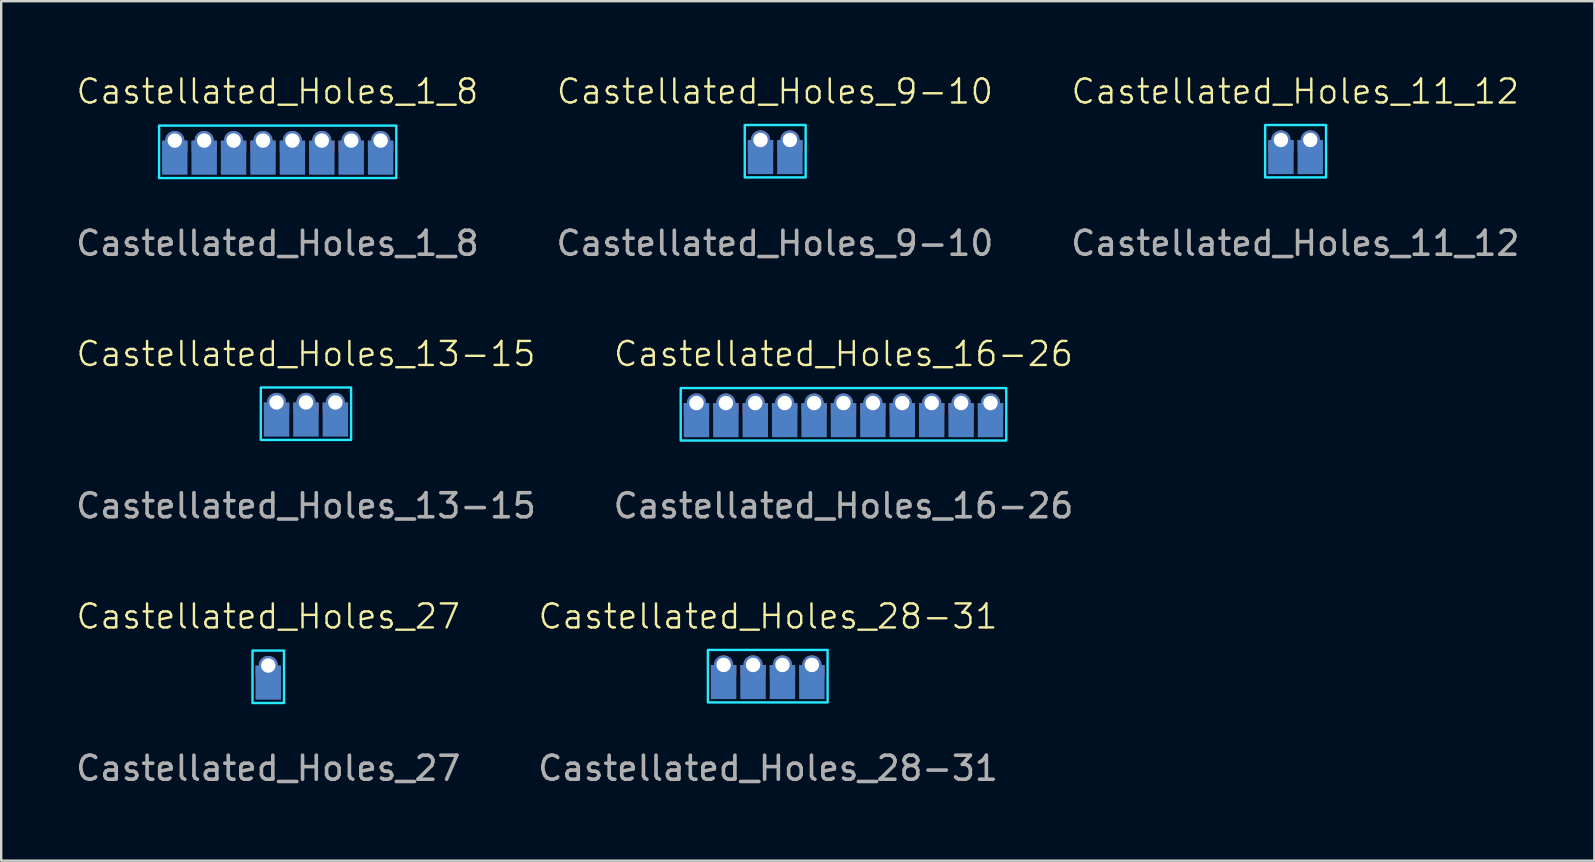
<source format=kicad_pcb>
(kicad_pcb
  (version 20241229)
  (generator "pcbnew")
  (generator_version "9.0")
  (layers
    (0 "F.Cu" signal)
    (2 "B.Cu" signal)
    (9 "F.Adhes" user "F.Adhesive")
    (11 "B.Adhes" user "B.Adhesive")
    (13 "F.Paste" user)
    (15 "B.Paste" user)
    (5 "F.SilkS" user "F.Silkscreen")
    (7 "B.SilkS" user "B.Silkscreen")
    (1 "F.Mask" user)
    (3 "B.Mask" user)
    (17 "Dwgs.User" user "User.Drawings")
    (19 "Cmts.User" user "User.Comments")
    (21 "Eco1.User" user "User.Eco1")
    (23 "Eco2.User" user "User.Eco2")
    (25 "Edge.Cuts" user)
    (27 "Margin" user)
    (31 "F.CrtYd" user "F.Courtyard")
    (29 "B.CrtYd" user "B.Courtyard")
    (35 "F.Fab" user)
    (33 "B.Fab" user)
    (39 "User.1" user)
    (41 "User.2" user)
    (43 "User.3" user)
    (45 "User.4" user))
  (footprint "Castellated_Holes_27"
    (layer "F.Cu")
    (at 8.125 24.662)
    (property "Reference" "Castellated_Holes_27" (at 0 -2.032 0) (unlocked yes) (layer "F.SilkS") (effects (font (size 1 1) (thickness 0.1))))
    (attr smd)
    (fp_rect (start 0.656 -0.61) (end -0.656 1.574) (stroke (width 0.1) (type default)) (fill no) (layer "B.CrtYd"))
    (fp_text user "${REFERENCE}" (at 0 4.294 0) (unlocked yes) (layer "F.Fab") (effects (font (size 1 1) (thickness 0.15))))
    (pad "1" thru_hole circle (at 0 0.014) (size 0.8 0.8) (drill 0.6) (layers "*.Cu" "*.Mask"))
    (pad "1" connect rect (at 0 0.25 90) (size 0.46 1.06) (layers "F.Cu" "F.Mask"))
    (pad "1" connect rect (at 0 0.725 90) (size 1.422 1.06) (layers "B.Cu" "B.Mask")))
  (footprint "Castellated_Holes_1_8"
    (layer "F.Cu")
    (at 8.506 2.792)
    (property "Reference" "Castellated_Holes_1_8" (at 0 -2.032 0) (unlocked yes) (layer "F.SilkS") (effects (font (size 1 1) (thickness 0.1))))
    (attr smd)
    (fp_rect (start -4.929 -0.61) (end 4.954 1.575) (stroke (width 0.1) (type default)) (fill no) (layer "B.CrtYd"))
    (fp_text user "${REFERENCE}" (at 0 4.294 0) (unlocked yes) (layer "F.Fab") (effects (font (size 1 1) (thickness 0.15))))
    (pad "1" thru_hole circle (at 4.3 0.014) (size 0.8 0.8) (drill 0.6) (layers "*.Cu" "*.Mask"))
    (pad "1" connect rect (at 4.3 0.25 90) (size 0.461 1.06) (layers "F.Cu" "F.Mask"))
    (pad "1" connect rect (at 4.3 0.725 90) (size 1.422 1.06) (layers "B.Cu" "B.Mask"))
    (pad "2" thru_hole circle (at 3.075 0.014) (size 0.8 0.8) (drill 0.6) (layers "*.Cu" "*.Mask"))
    (pad "2" connect rect (at 3.075 0.25 90) (size 0.461 1.06) (layers "F.Cu" "F.Mask"))
    (pad "2" connect rect (at 3.075 0.725 90) (size 1.422 1.06) (layers "B.Cu" "B.Mask"))
    (pad "3" thru_hole circle (at 1.85 0.014) (size 0.8 0.8) (drill 0.6) (layers "*.Cu" "*.Mask"))
    (pad "3" connect rect (at 1.85 0.25 90) (size 0.461 1.06) (layers "F.Cu" "F.Mask"))
    (pad "3" connect rect (at 1.85 0.725 90) (size 1.422 1.06) (layers "B.Cu" "B.Mask"))
    (pad "4" thru_hole circle (at 0.625 0.014) (size 0.8 0.8) (drill 0.6) (layers "*.Cu" "*.Mask"))
    (pad "4" connect rect (at 0.625 0.25 90) (size 0.461 1.06) (layers "F.Cu" "F.Mask"))
    (pad "4" connect rect (at 0.625 0.725 90) (size 1.422 1.06) (layers "B.Cu" "B.Mask"))
    (pad "5" thru_hole circle (at -0.6 0.014) (size 0.8 0.8) (drill 0.6) (layers "*.Cu" "*.Mask"))
    (pad "5" connect rect (at -0.6 0.25 90) (size 0.461 1.06) (layers "F.Cu" "F.Mask"))
    (pad "5" connect rect (at -0.6 0.725 90) (size 1.422 1.06) (layers "B.Cu" "B.Mask"))
    (pad "6" thru_hole circle (at -1.825 0.014) (size 0.8 0.8) (drill 0.6) (layers "*.Cu" "*.Mask"))
    (pad "6" connect rect (at -1.825 0.25 90) (size 0.461 1.06) (layers "F.Cu" "F.Mask"))
    (pad "6" connect rect (at -1.825 0.725 90) (size 1.422 1.06) (layers "B.Cu" "B.Mask"))
    (pad "7" thru_hole circle (at -3.05 0.014) (size 0.8 0.8) (drill 0.6) (layers "*.Cu" "*.Mask"))
    (pad "7" connect rect (at -3.05 0.25 90) (size 0.461 1.06) (layers "F.Cu" "F.Mask"))
    (pad "7" connect rect (at -3.05 0.725 90) (size 1.422 1.06) (layers "B.Cu" "B.Mask"))
    (pad "8" thru_hole circle (at -4.275 0.014) (size 0.8 0.8) (drill 0.6) (layers "*.Cu" "*.Mask"))
    (pad "8" connect rect (at -4.275 0.25 90) (size 0.461 1.06) (layers "F.Cu" "F.Mask"))
    (pad "8" connect rect (at -4.275 0.725 90) (size 1.422 1.06) (layers "B.Cu" "B.Mask")))
  (footprint "Castellated_Holes_28-31"
    (layer "F.Cu")
    (at 28.946 24.662)
    (property "Reference" "Castellated_Holes_28-31" (at 0 -2.032 0) (unlocked yes) (layer "F.SilkS") (effects (font (size 1 1) (thickness 0.1))))
    (attr smd)
    (fp_rect (start 2.481 -0.635) (end -2.506 1.549) (stroke (width 0.1) (type default)) (fill no) (layer "B.CrtYd"))
    (fp_text user "${REFERENCE}" (at 0 4.294 0) (unlocked yes) (layer "F.Fab") (effects (font (size 1 1) (thickness 0.15))))
    (pad "1" thru_hole circle (at 1.825 -0.011) (size 0.8 0.8) (drill 0.6) (layers "*.Cu" "*.Mask"))
    (pad "1" connect rect (at 1.825 0.225 90) (size 0.46 1.06) (layers "F.Cu" "F.Mask"))
    (pad "1" connect rect (at 1.825 0.7 90) (size 1.422 1.06) (layers "B.Cu" "B.Mask"))
    (pad "2" thru_hole circle (at 0.6 -0.011) (size 0.8 0.8) (drill 0.6) (layers "*.Cu" "*.Mask"))
    (pad "2" connect rect (at 0.6 0.225 90) (size 0.46 1.06) (layers "F.Cu" "F.Mask"))
    (pad "2" connect rect (at 0.6 0.7 90) (size 1.422 1.06) (layers "B.Cu" "B.Mask"))
    (pad "3" thru_hole circle (at -0.625 -0.011) (size 0.8 0.8) (drill 0.6) (layers "*.Cu" "*.Mask"))
    (pad "3" connect rect (at -0.625 0.225 90) (size 0.46 1.06) (layers "F.Cu" "F.Mask"))
    (pad "3" connect rect (at -0.625 0.7 90) (size 1.422 1.06) (layers "B.Cu" "B.Mask"))
    (pad "4" thru_hole circle (at -1.85 -0.011) (size 0.8 0.8) (drill 0.6) (layers "*.Cu" "*.Mask"))
    (pad "4" connect rect (at -1.85 0.225 90) (size 0.46 1.06) (layers "F.Cu" "F.Mask"))
    (pad "4" connect rect (at -1.85 0.7 90) (size 1.422 1.06) (layers "B.Cu" "B.Mask")))
  (footprint "Castellated_Holes_16-26"
    (layer "F.Cu")
    (at 32.089 13.727)
    (property "Reference" "Castellated_Holes_16-26" (at 0 -2.032 0) (unlocked yes) (layer "F.SilkS") (effects (font (size 1 1) (thickness 0.1))))
    (attr smd)
    (fp_rect (start 6.781 -0.61) (end -6.781 1.574) (stroke (width 0.1) (type default)) (fill no) (layer "B.CrtYd"))
    (fp_text user "${REFERENCE}" (at 0 4.294 0) (unlocked yes) (layer "F.Fab") (effects (font (size 1 1) (thickness 0.15))))
    (pad "1" thru_hole circle (at 6.125 0.014) (size 0.8 0.8) (drill 0.6) (layers "*.Cu" "*.Mask"))
    (pad "1" connect rect (at 6.125 0.25 90) (size 0.46 1.06) (layers "F.Cu" "F.Mask"))
    (pad "1" connect rect (at 6.125 0.725 90) (size 1.422 1.06) (layers "B.Cu" "B.Mask"))
    (pad "2" thru_hole circle (at 4.9 0.014) (size 0.8 0.8) (drill 0.6) (layers "*.Cu" "*.Mask"))
    (pad "2" connect rect (at 4.9 0.25 90) (size 0.46 1.06) (layers "F.Cu" "F.Mask"))
    (pad "2" connect rect (at 4.9 0.725 90) (size 1.422 1.06) (layers "B.Cu" "B.Mask"))
    (pad "3" thru_hole circle (at 3.675 0.014) (size 0.8 0.8) (drill 0.6) (layers "*.Cu" "*.Mask"))
    (pad "3" connect rect (at 3.675 0.25 90) (size 0.46 1.06) (layers "F.Cu" "F.Mask"))
    (pad "3" connect rect (at 3.675 0.725 90) (size 1.422 1.06) (layers "B.Cu" "B.Mask"))
    (pad "4" thru_hole circle (at 2.45 0.014) (size 0.8 0.8) (drill 0.6) (layers "*.Cu" "*.Mask"))
    (pad "4" connect rect (at 2.45 0.25 90) (size 0.46 1.06) (layers "F.Cu" "F.Mask"))
    (pad "4" connect rect (at 2.45 0.725 90) (size 1.422 1.06) (layers "B.Cu" "B.Mask"))
    (pad "5" thru_hole circle (at 1.225 0.014) (size 0.8 0.8) (drill 0.6) (layers "*.Cu" "*.Mask"))
    (pad "5" connect rect (at 1.225 0.25 90) (size 0.46 1.06) (layers "F.Cu" "F.Mask"))
    (pad "5" connect rect (at 1.225 0.725 90) (size 1.422 1.06) (layers "B.Cu" "B.Mask"))
    (pad "6" thru_hole circle (at 0 0.014) (size 0.8 0.8) (drill 0.6) (layers "*.Cu" "*.Mask"))
    (pad "6" connect rect (at 0 0.25 90) (size 0.46 1.06) (layers "F.Cu" "F.Mask"))
    (pad "6" connect rect (at 0 0.725 90) (size 1.422 1.06) (layers "B.Cu" "B.Mask"))
    (pad "7" thru_hole circle (at -1.225 0.014) (size 0.8 0.8) (drill 0.6) (layers "*.Cu" "*.Mask"))
    (pad "7" connect rect (at -1.225 0.25 90) (size 0.46 1.06) (layers "F.Cu" "F.Mask"))
    (pad "7" connect rect (at -1.225 0.725 90) (size 1.422 1.06) (layers "B.Cu" "B.Mask"))
    (pad "8" thru_hole circle (at -2.45 0.014) (size 0.8 0.8) (drill 0.6) (layers "*.Cu" "*.Mask"))
    (pad "8" connect rect (at -2.45 0.25 90) (size 0.46 1.06) (layers "F.Cu" "F.Mask"))
    (pad "8" connect rect (at -2.45 0.725 90) (size 1.422 1.06) (layers "B.Cu" "B.Mask"))
    (pad "9" thru_hole circle (at -3.675 0.014) (size 0.8 0.8) (drill 0.6) (layers "*.Cu" "*.Mask"))
    (pad "9" connect rect (at -3.675 0.25 90) (size 0.46 1.06) (layers "F.Cu" "F.Mask"))
    (pad "9" connect rect (at -3.675 0.725 90) (size 1.422 1.06) (layers "B.Cu" "B.Mask"))
    (pad "10" thru_hole circle (at -4.9 0.014) (size 0.8 0.8) (drill 0.6) (layers "*.Cu" "*.Mask"))
    (pad "10" connect rect (at -4.9 0.25 90) (size 0.46 1.06) (layers "F.Cu" "F.Mask"))
    (pad "10" connect rect (at -4.9 0.725 90) (size 1.422 1.06) (layers "B.Cu" "B.Mask"))
    (pad "11" thru_hole circle (at -6.125 0.014) (size 0.8 0.8) (drill 0.6) (layers "*.Cu" "*.Mask"))
    (pad "11" connect rect (at -6.125 0.25 90) (size 0.46 1.06) (layers "F.Cu" "F.Mask"))
    (pad "11" connect rect (at -6.125 0.725 90) (size 1.422 1.06) (layers "B.Cu" "B.Mask")))
  (footprint "Castellated_Holes_13-15"
    (layer "F.Cu")
    (at 9.696 13.727)
    (property "Reference" "Castellated_Holes_13-15" (at 0 -2.032 0) (unlocked yes) (layer "F.SilkS") (effects (font (size 1 1) (thickness 0.1))))
    (attr smd)
    (fp_rect (start 1.881 -0.635) (end -1.881 1.549) (stroke (width 0.1) (type default)) (fill no) (layer "B.CrtYd"))
    (fp_text user "${REFERENCE}" (at 0 4.294 0) (unlocked yes) (layer "F.Fab") (effects (font (size 1 1) (thickness 0.15))))
    (pad "1" thru_hole circle (at 1.225 -0.011) (size 0.8 0.8) (drill 0.6) (layers "*.Cu" "*.Mask"))
    (pad "1" connect rect (at 1.225 0.225 90) (size 0.46 1.06) (layers "F.Cu" "F.Mask"))
    (pad "1" connect rect (at 1.225 0.7 90) (size 1.422 1.06) (layers "B.Cu" "B.Mask"))
    (pad "2" thru_hole circle (at 0 -0.011) (size 0.8 0.8) (drill 0.6) (layers "*.Cu" "*.Mask"))
    (pad "2" connect rect (at 0 0.225 90) (size 0.46 1.06) (layers "F.Cu" "F.Mask"))
    (pad "2" connect rect (at 0 0.7 90) (size 1.422 1.06) (layers "B.Cu" "B.Mask"))
    (pad "3" thru_hole circle (at -1.225 -0.011) (size 0.8 0.8) (drill 0.6) (layers "*.Cu" "*.Mask"))
    (pad "3" connect rect (at -1.225 0.225 90) (size 0.46 1.06) (layers "F.Cu" "F.Mask"))
    (pad "3" connect rect (at -1.225 0.7 90) (size 1.422 1.06) (layers "B.Cu" "B.Mask")))
  (footprint "Castellated_Holes_9-10"
    (layer "F.Cu")
    (at 29.232 2.792)
    (property "Reference" "Castellated_Holes_9-10" (at 0 -2.032 0) (unlocked yes) (layer "F.SilkS") (effects (font (size 1 1) (thickness 0.1))))
    (attr smd)
    (fp_rect (start 1.281 -0.635) (end -1.256 1.549) (stroke (width 0.1) (type default)) (fill no) (layer "B.CrtYd"))
    (fp_text user "${REFERENCE}" (at 0 4.294 0) (unlocked yes) (layer "F.Fab") (effects (font (size 1 1) (thickness 0.15))))
    (pad "1" thru_hole circle (at 0.625 -0.011) (size 0.8 0.8) (drill 0.6) (layers "*.Cu" "*.Mask"))
    (pad "1" connect rect (at 0.625 0.225 90) (size 0.46 1.06) (layers "F.Cu" "F.Mask"))
    (pad "1" connect rect (at 0.625 0.7 90) (size 1.422 1.06) (layers "B.Cu" "B.Mask"))
    (pad "2" thru_hole circle (at -0.6 -0.011) (size 0.8 0.8) (drill 0.6) (layers "*.Cu" "*.Mask"))
    (pad "2" connect rect (at -0.6 0.225 90) (size 0.46 1.06) (layers "F.Cu" "F.Mask"))
    (pad "2" connect rect (at -0.6 0.7 90) (size 1.422 1.06) (layers "B.Cu" "B.Mask")))
  (footprint "Castellated_Holes_11_12"
    (layer "F.Cu")
    (at 50.911 2.792)
    (property "Reference" "Castellated_Holes_11_12" (at 0 -2.032 0) (unlocked yes) (layer "F.SilkS") (effects (font (size 1 1) (thickness 0.1))))
    (attr smd)
    (fp_rect (start 1.281 -0.635) (end -1.256 1.549) (stroke (width 0.1) (type default)) (fill no) (layer "B.CrtYd"))
    (fp_text user "${REFERENCE}" (at 0 4.294 0) (unlocked yes) (layer "F.Fab") (effects (font (size 1 1) (thickness 0.15))))
    (pad "1" thru_hole circle (at 0.625 -0.011) (size 0.8 0.8) (drill 0.6) (layers "*.Cu" "*.Mask"))
    (pad "1" connect rect (at 0.625 0.225 90) (size 0.46 1.06) (layers "F.Cu" "F.Mask"))
    (pad "1" connect rect (at 0.625 0.7 90) (size 1.422 1.06) (layers "B.Cu" "B.Mask"))
    (pad "2" thru_hole circle (at -0.6 -0.011) (size 0.8 0.8) (drill 0.6) (layers "*.Cu" "*.Mask"))
    (pad "2" connect rect (at -0.6 0.225 90) (size 0.46 1.06) (layers "F.Cu" "F.Mask"))
    (pad "2" connect rect (at -0.6 0.7 90) (size 1.422 1.06) (layers "B.Cu" "B.Mask")))
  (gr_rect
    (start -3 -3)
    (end 63.369 32.804)
    (stroke (width 0.1) (type default))
    (fill no)
    (layer "Edge.Cuts")))
</source>
